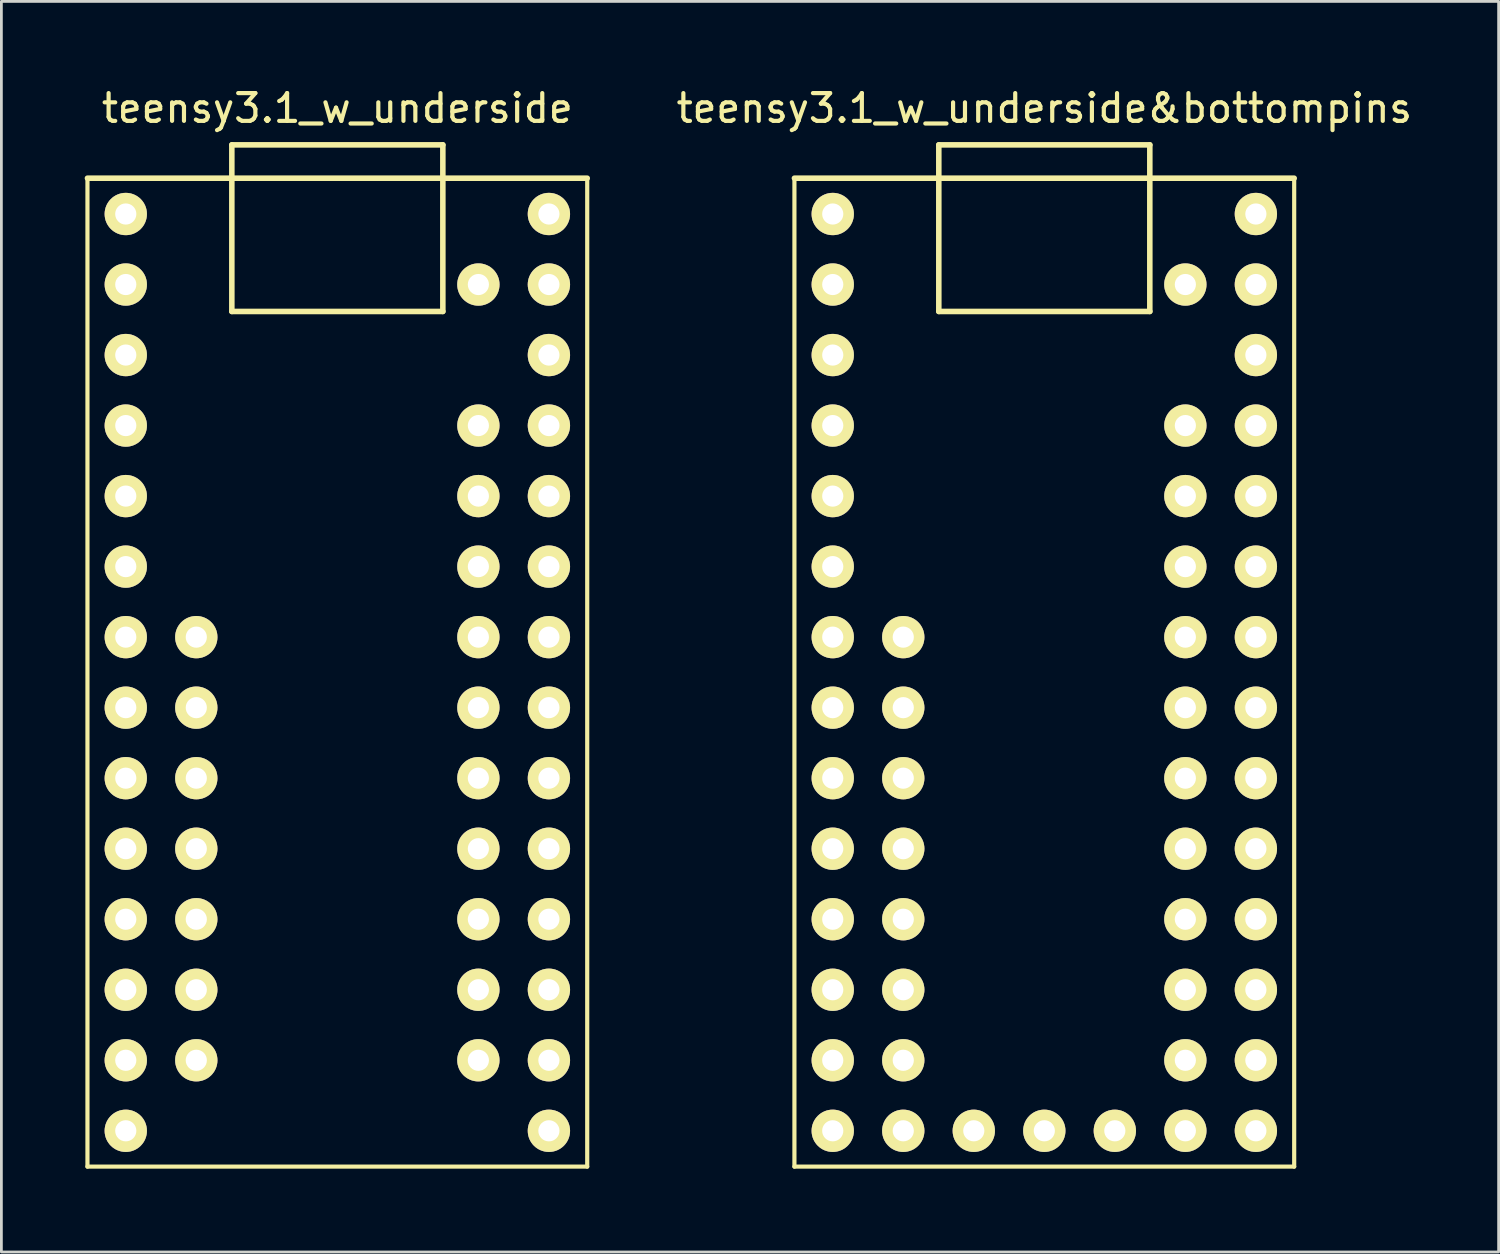
<source format=kicad_pcb>
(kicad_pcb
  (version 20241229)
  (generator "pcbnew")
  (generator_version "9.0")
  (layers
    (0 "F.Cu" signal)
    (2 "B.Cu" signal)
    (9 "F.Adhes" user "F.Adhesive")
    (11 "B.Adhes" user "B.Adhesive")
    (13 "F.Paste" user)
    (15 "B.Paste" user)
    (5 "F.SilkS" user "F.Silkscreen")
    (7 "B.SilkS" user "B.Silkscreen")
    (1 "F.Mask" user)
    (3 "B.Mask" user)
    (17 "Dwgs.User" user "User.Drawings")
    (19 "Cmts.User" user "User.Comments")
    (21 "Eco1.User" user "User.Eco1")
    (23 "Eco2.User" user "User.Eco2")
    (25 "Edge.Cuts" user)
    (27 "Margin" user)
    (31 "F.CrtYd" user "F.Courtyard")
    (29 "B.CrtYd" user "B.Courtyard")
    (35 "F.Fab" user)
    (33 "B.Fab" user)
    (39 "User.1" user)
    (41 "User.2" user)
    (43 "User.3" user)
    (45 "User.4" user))
  (footprint "teensy3.1_w_underside"
    (layer "F.Cu")
    (at 9.1 21.168)
    (property "Reference" "teensy3.1_w_underside" (at 0 -20.32 0) (layer "F.SilkS") (effects (font (size 1 1) (thickness 0.15))))
    (attr through_hole)
    (fp_line (start -9 -17.8) (end 9 -17.8) (stroke (width 0.2) (type solid)) (layer "F.SilkS"))
    (fp_line (start -9 17.8) (end -9 -17.8) (stroke (width 0.15) (type solid)) (layer "F.SilkS"))
    (fp_line (start -3.8 -19) (end -3.8 -13) (stroke (width 0.2) (type solid)) (layer "F.SilkS"))
    (fp_line (start -3.8 -13) (end 3.8 -13) (stroke (width 0.2) (type solid)) (layer "F.SilkS"))
    (fp_line (start 3.8 -19) (end -3.8 -19) (stroke (width 0.2) (type solid)) (layer "F.SilkS"))
    (fp_line (start 3.8 -13) (end 3.8 -19) (stroke (width 0.2) (type solid)) (layer "F.SilkS"))
    (fp_line (start 9 -17.8) (end 9 17.8) (stroke (width 0.15) (type solid)) (layer "F.SilkS"))
    (fp_line (start 9 17.8) (end -9 17.8) (stroke (width 0.15) (type solid)) (layer "F.SilkS"))
    (pad "0" thru_hole circle (at -7.62 -16.51) (size 1.524 1.524) (drill 0.762) (layers "*.Cu" "*.Mask" "F.SilkS"))
    (pad "1" thru_hole circle (at -7.62 -13.97) (size 1.524 1.524) (drill 0.762) (layers "*.Cu" "*.Mask" "F.SilkS"))
    (pad "2" thru_hole circle (at -7.62 -11.43) (size 1.524 1.524) (drill 0.762) (layers "*.Cu" "*.Mask" "F.SilkS"))
    (pad "3" thru_hole circle (at -7.62 -8.89) (size 1.524 1.524) (drill 0.762) (layers "*.Cu" "*.Mask" "F.SilkS"))
    (pad "4" thru_hole circle (at -7.62 -6.35) (size 1.524 1.524) (drill 0.762) (layers "*.Cu" "*.Mask" "F.SilkS"))
    (pad "5" thru_hole circle (at -7.62 -3.81) (size 1.524 1.524) (drill 0.762) (layers "*.Cu" "*.Mask" "F.SilkS"))
    (pad "6" thru_hole circle (at -7.62 -1.27) (size 1.524 1.524) (drill 0.762) (layers "*.Cu" "*.Mask" "F.SilkS"))
    (pad "7" thru_hole circle (at -7.62 1.27) (size 1.524 1.524) (drill 0.762) (layers "*.Cu" "*.Mask" "F.SilkS"))
    (pad "8" thru_hole circle (at -7.62 3.81) (size 1.524 1.524) (drill 0.762) (layers "*.Cu" "*.Mask" "F.SilkS"))
    (pad "9" thru_hole circle (at -7.62 6.35) (size 1.524 1.524) (drill 0.762) (layers "*.Cu" "*.Mask" "F.SilkS"))
    (pad "10" thru_hole circle (at -7.62 8.89) (size 1.524 1.524) (drill 0.762) (layers "*.Cu" "*.Mask" "F.SilkS"))
    (pad "11" thru_hole circle (at -7.62 11.43) (size 1.524 1.524) (drill 0.762) (layers "*.Cu" "*.Mask" "F.SilkS"))
    (pad "12" thru_hole circle (at -7.62 13.97) (size 1.524 1.524) (drill 0.762) (layers "*.Cu" "*.Mask" "F.SilkS"))
    (pad "13" thru_hole circle (at -7.62 16.51) (size 1.524 1.524) (drill 0.762) (layers "*.Cu" "*.Mask" "F.SilkS"))
    (pad "19" thru_hole circle (at 7.62 16.51) (size 1.524 1.524) (drill 0.762) (layers "*.Cu" "*.Mask" "F.SilkS"))
    (pad "20" thru_hole circle (at 7.62 13.97) (size 1.524 1.524) (drill 0.762) (layers "*.Cu" "*.Mask" "F.SilkS"))
    (pad "21" thru_hole circle (at 7.62 11.43) (size 1.524 1.524) (drill 0.762) (layers "*.Cu" "*.Mask" "F.SilkS"))
    (pad "22" thru_hole circle (at 7.62 8.89) (size 1.524 1.524) (drill 0.762) (layers "*.Cu" "*.Mask" "F.SilkS"))
    (pad "23" thru_hole circle (at 7.62 6.35) (size 1.524 1.524) (drill 0.762) (layers "*.Cu" "*.Mask" "F.SilkS"))
    (pad "24" thru_hole circle (at 7.62 3.81) (size 1.524 1.524) (drill 0.762) (layers "*.Cu" "*.Mask" "F.SilkS"))
    (pad "25" thru_hole circle (at 7.62 1.27) (size 1.524 1.524) (drill 0.762) (layers "*.Cu" "*.Mask" "F.SilkS"))
    (pad "26" thru_hole circle (at 7.62 -1.27) (size 1.524 1.524) (drill 0.762) (layers "*.Cu" "*.Mask" "F.SilkS"))
    (pad "27" thru_hole circle (at 7.62 -3.81) (size 1.524 1.524) (drill 0.762) (layers "*.Cu" "*.Mask" "F.SilkS"))
    (pad "28" thru_hole circle (at 7.62 -6.35) (size 1.524 1.524) (drill 0.762) (layers "*.Cu" "*.Mask" "F.SilkS"))
    (pad "29" thru_hole circle (at 7.62 -8.89) (size 1.524 1.524) (drill 0.762) (layers "*.Cu" "*.Mask" "F.SilkS"))
    (pad "30" thru_hole circle (at 7.62 -11.43) (size 1.524 1.524) (drill 0.762) (layers "*.Cu" "*.Mask" "F.SilkS"))
    (pad "31" thru_hole circle (at 7.62 -13.97) (size 1.524 1.524) (drill 0.762) (layers "*.Cu" "*.Mask" "F.SilkS"))
    (pad "32" thru_hole circle (at 7.62 -16.51) (size 1.524 1.524) (drill 0.762) (layers "*.Cu" "*.Mask" "F.SilkS"))
    (pad "33" thru_hole circle (at -5.08 -1.27) (size 1.524 1.524) (drill 0.762) (layers "*.Cu" "*.Mask" "F.SilkS"))
    (pad "34" thru_hole circle (at -5.08 1.27) (size 1.524 1.524) (drill 0.762) (layers "*.Cu" "*.Mask" "F.SilkS"))
    (pad "35" thru_hole circle (at -5.08 3.81) (size 1.524 1.524) (drill 0.762) (layers "*.Cu" "*.Mask" "F.SilkS"))
    (pad "36" thru_hole circle (at -5.08 6.35) (size 1.524 1.524) (drill 0.762) (layers "*.Cu" "*.Mask" "F.SilkS"))
    (pad "37" thru_hole circle (at -5.08 8.89) (size 1.524 1.524) (drill 0.762) (layers "*.Cu" "*.Mask" "F.SilkS"))
    (pad "38" thru_hole circle (at -5.08 11.43) (size 1.524 1.524) (drill 0.762) (layers "*.Cu" "*.Mask" "F.SilkS"))
    (pad "39" thru_hole circle (at -5.08 13.97) (size 1.524 1.524) (drill 0.762) (layers "*.Cu" "*.Mask" "F.SilkS"))
    (pad "40" thru_hole circle (at 5.08 13.97) (size 1.524 1.524) (drill 0.762) (layers "*.Cu" "*.Mask" "F.SilkS"))
    (pad "41" thru_hole circle (at 5.08 11.43) (size 1.524 1.524) (drill 0.762) (layers "*.Cu" "*.Mask" "F.SilkS"))
    (pad "42" thru_hole circle (at 5.08 8.89) (size 1.524 1.524) (drill 0.762) (layers "*.Cu" "*.Mask" "F.SilkS"))
    (pad "43" thru_hole circle (at 5.08 6.35) (size 1.524 1.524) (drill 0.762) (layers "*.Cu" "*.Mask" "F.SilkS"))
    (pad "44" thru_hole circle (at 5.08 3.81) (size 1.524 1.524) (drill 0.762) (layers "*.Cu" "*.Mask" "F.SilkS"))
    (pad "45" thru_hole circle (at 5.08 1.27) (size 1.524 1.524) (drill 0.762) (layers "*.Cu" "*.Mask" "F.SilkS"))
    (pad "46" thru_hole circle (at 5.08 -1.27) (size 1.524 1.524) (drill 0.762) (layers "*.Cu" "*.Mask" "F.SilkS"))
    (pad "47" thru_hole circle (at 5.08 -3.81) (size 1.524 1.524) (drill 0.762) (layers "*.Cu" "*.Mask" "F.SilkS"))
    (pad "48" thru_hole circle (at 5.08 -6.35) (size 1.524 1.524) (drill 0.762) (layers "*.Cu" "*.Mask" "F.SilkS"))
    (pad "49" thru_hole circle (at 5.08 -8.89) (size 1.524 1.524) (drill 0.762) (layers "*.Cu" "*.Mask" "F.SilkS"))
    (pad "50" thru_hole circle (at 5.08 -13.97) (size 1.524 1.524) (drill 0.762) (layers "*.Cu" "*.Mask" "F.SilkS")))
  (footprint "teensy3.1_w_underside&bottompins"
    (layer "F.Cu")
    (at 34.563 21.168)
    (property "Reference" "teensy3.1_w_underside&bottompins" (at 0 -20.32 0) (layer "F.SilkS") (effects (font (size 1 1) (thickness 0.15))))
    (attr through_hole)
    (fp_line (start -9 -17.8) (end 9 -17.8) (stroke (width 0.2) (type solid)) (layer "F.SilkS"))
    (fp_line (start -9 17.8) (end -9 -17.8) (stroke (width 0.15) (type solid)) (layer "F.SilkS"))
    (fp_line (start -3.8 -19) (end -3.8 -13) (stroke (width 0.2) (type solid)) (layer "F.SilkS"))
    (fp_line (start -3.8 -13) (end 3.8 -13) (stroke (width 0.2) (type solid)) (layer "F.SilkS"))
    (fp_line (start 3.8 -19) (end -3.8 -19) (stroke (width 0.2) (type solid)) (layer "F.SilkS"))
    (fp_line (start 3.8 -13) (end 3.8 -19) (stroke (width 0.2) (type solid)) (layer "F.SilkS"))
    (fp_line (start 9 -17.8) (end 9 17.8) (stroke (width 0.15) (type solid)) (layer "F.SilkS"))
    (fp_line (start 9 17.8) (end -9 17.8) (stroke (width 0.15) (type solid)) (layer "F.SilkS"))
    (pad "0" thru_hole circle (at -7.62 -16.51) (size 1.524 1.524) (drill 0.762) (layers "*.Cu" "*.Mask" "F.SilkS"))
    (pad "1" thru_hole circle (at -7.62 -13.97) (size 1.524 1.524) (drill 0.762) (layers "*.Cu" "*.Mask" "F.SilkS"))
    (pad "2" thru_hole circle (at -7.62 -11.43) (size 1.524 1.524) (drill 0.762) (layers "*.Cu" "*.Mask" "F.SilkS"))
    (pad "3" thru_hole circle (at -7.62 -8.89) (size 1.524 1.524) (drill 0.762) (layers "*.Cu" "*.Mask" "F.SilkS"))
    (pad "4" thru_hole circle (at -7.62 -6.35) (size 1.524 1.524) (drill 0.762) (layers "*.Cu" "*.Mask" "F.SilkS"))
    (pad "5" thru_hole circle (at -7.62 -3.81) (size 1.524 1.524) (drill 0.762) (layers "*.Cu" "*.Mask" "F.SilkS"))
    (pad "6" thru_hole circle (at -7.62 -1.27) (size 1.524 1.524) (drill 0.762) (layers "*.Cu" "*.Mask" "F.SilkS"))
    (pad "7" thru_hole circle (at -7.62 1.27) (size 1.524 1.524) (drill 0.762) (layers "*.Cu" "*.Mask" "F.SilkS"))
    (pad "8" thru_hole circle (at -7.62 3.81) (size 1.524 1.524) (drill 0.762) (layers "*.Cu" "*.Mask" "F.SilkS"))
    (pad "9" thru_hole circle (at -7.62 6.35) (size 1.524 1.524) (drill 0.762) (layers "*.Cu" "*.Mask" "F.SilkS"))
    (pad "10" thru_hole circle (at -7.62 8.89) (size 1.524 1.524) (drill 0.762) (layers "*.Cu" "*.Mask" "F.SilkS"))
    (pad "11" thru_hole circle (at -7.62 11.43) (size 1.524 1.524) (drill 0.762) (layers "*.Cu" "*.Mask" "F.SilkS"))
    (pad "12" thru_hole circle (at -7.62 13.97) (size 1.524 1.524) (drill 0.762) (layers "*.Cu" "*.Mask" "F.SilkS"))
    (pad "13" thru_hole circle (at -7.62 16.51) (size 1.524 1.524) (drill 0.762) (layers "*.Cu" "*.Mask" "F.SilkS"))
    (pad "14" thru_hole circle (at -5.08 16.51) (size 1.524 1.524) (drill 0.762) (layers "*.Cu" "*.Mask" "F.SilkS"))
    (pad "15" thru_hole circle (at -2.54 16.51) (size 1.524 1.524) (drill 0.762) (layers "*.Cu" "*.Mask" "F.SilkS"))
    (pad "16" thru_hole circle (at 0 16.51) (size 1.524 1.524) (drill 0.762) (layers "*.Cu" "*.Mask" "F.SilkS"))
    (pad "17" thru_hole circle (at 2.54 16.51) (size 1.524 1.524) (drill 0.762) (layers "*.Cu" "*.Mask" "F.SilkS"))
    (pad "18" thru_hole circle (at 5.08 16.51) (size 1.524 1.524) (drill 0.762) (layers "*.Cu" "*.Mask" "F.SilkS"))
    (pad "19" thru_hole circle (at 7.62 16.51) (size 1.524 1.524) (drill 0.762) (layers "*.Cu" "*.Mask" "F.SilkS"))
    (pad "20" thru_hole circle (at 7.62 13.97) (size 1.524 1.524) (drill 0.762) (layers "*.Cu" "*.Mask" "F.SilkS"))
    (pad "21" thru_hole circle (at 7.62 11.43) (size 1.524 1.524) (drill 0.762) (layers "*.Cu" "*.Mask" "F.SilkS"))
    (pad "22" thru_hole circle (at 7.62 8.89) (size 1.524 1.524) (drill 0.762) (layers "*.Cu" "*.Mask" "F.SilkS"))
    (pad "23" thru_hole circle (at 7.62 6.35) (size 1.524 1.524) (drill 0.762) (layers "*.Cu" "*.Mask" "F.SilkS"))
    (pad "24" thru_hole circle (at 7.62 3.81) (size 1.524 1.524) (drill 0.762) (layers "*.Cu" "*.Mask" "F.SilkS"))
    (pad "25" thru_hole circle (at 7.62 1.27) (size 1.524 1.524) (drill 0.762) (layers "*.Cu" "*.Mask" "F.SilkS"))
    (pad "26" thru_hole circle (at 7.62 -1.27) (size 1.524 1.524) (drill 0.762) (layers "*.Cu" "*.Mask" "F.SilkS"))
    (pad "27" thru_hole circle (at 7.62 -3.81) (size 1.524 1.524) (drill 0.762) (layers "*.Cu" "*.Mask" "F.SilkS"))
    (pad "28" thru_hole circle (at 7.62 -6.35) (size 1.524 1.524) (drill 0.762) (layers "*.Cu" "*.Mask" "F.SilkS"))
    (pad "29" thru_hole circle (at 7.62 -8.89) (size 1.524 1.524) (drill 0.762) (layers "*.Cu" "*.Mask" "F.SilkS"))
    (pad "30" thru_hole circle (at 7.62 -11.43) (size 1.524 1.524) (drill 0.762) (layers "*.Cu" "*.Mask" "F.SilkS"))
    (pad "31" thru_hole circle (at 7.62 -13.97) (size 1.524 1.524) (drill 0.762) (layers "*.Cu" "*.Mask" "F.SilkS"))
    (pad "32" thru_hole circle (at 7.62 -16.51) (size 1.524 1.524) (drill 0.762) (layers "*.Cu" "*.Mask" "F.SilkS"))
    (pad "33" thru_hole circle (at -5.08 -1.27) (size 1.524 1.524) (drill 0.762) (layers "*.Cu" "*.Mask" "F.SilkS"))
    (pad "34" thru_hole circle (at -5.08 1.27) (size 1.524 1.524) (drill 0.762) (layers "*.Cu" "*.Mask" "F.SilkS"))
    (pad "35" thru_hole circle (at -5.08 3.81) (size 1.524 1.524) (drill 0.762) (layers "*.Cu" "*.Mask" "F.SilkS"))
    (pad "36" thru_hole circle (at -5.08 6.35) (size 1.524 1.524) (drill 0.762) (layers "*.Cu" "*.Mask" "F.SilkS"))
    (pad "37" thru_hole circle (at -5.08 8.89) (size 1.524 1.524) (drill 0.762) (layers "*.Cu" "*.Mask" "F.SilkS"))
    (pad "38" thru_hole circle (at -5.08 11.43) (size 1.524 1.524) (drill 0.762) (layers "*.Cu" "*.Mask" "F.SilkS"))
    (pad "39" thru_hole circle (at -5.08 13.97) (size 1.524 1.524) (drill 0.762) (layers "*.Cu" "*.Mask" "F.SilkS"))
    (pad "40" thru_hole circle (at 5.08 13.97) (size 1.524 1.524) (drill 0.762) (layers "*.Cu" "*.Mask" "F.SilkS"))
    (pad "41" thru_hole circle (at 5.08 11.43) (size 1.524 1.524) (drill 0.762) (layers "*.Cu" "*.Mask" "F.SilkS"))
    (pad "42" thru_hole circle (at 5.08 8.89) (size 1.524 1.524) (drill 0.762) (layers "*.Cu" "*.Mask" "F.SilkS"))
    (pad "43" thru_hole circle (at 5.08 6.35) (size 1.524 1.524) (drill 0.762) (layers "*.Cu" "*.Mask" "F.SilkS"))
    (pad "44" thru_hole circle (at 5.08 3.81) (size 1.524 1.524) (drill 0.762) (layers "*.Cu" "*.Mask" "F.SilkS"))
    (pad "45" thru_hole circle (at 5.08 1.27) (size 1.524 1.524) (drill 0.762) (layers "*.Cu" "*.Mask" "F.SilkS"))
    (pad "46" thru_hole circle (at 5.08 -1.27) (size 1.524 1.524) (drill 0.762) (layers "*.Cu" "*.Mask" "F.SilkS"))
    (pad "47" thru_hole circle (at 5.08 -3.81) (size 1.524 1.524) (drill 0.762) (layers "*.Cu" "*.Mask" "F.SilkS"))
    (pad "48" thru_hole circle (at 5.08 -6.35) (size 1.524 1.524) (drill 0.762) (layers "*.Cu" "*.Mask" "F.SilkS"))
    (pad "49" thru_hole circle (at 5.08 -8.89) (size 1.524 1.524) (drill 0.762) (layers "*.Cu" "*.Mask" "F.SilkS"))
    (pad "50" thru_hole circle (at 5.08 -13.97) (size 1.524 1.524) (drill 0.762) (layers "*.Cu" "*.Mask" "F.SilkS")))
  (gr_rect
    (start -3 -3)
    (end 50.926 42.043)
    (stroke (width 0.1) (type default))
    (fill no)
    (layer "Edge.Cuts")))
</source>
